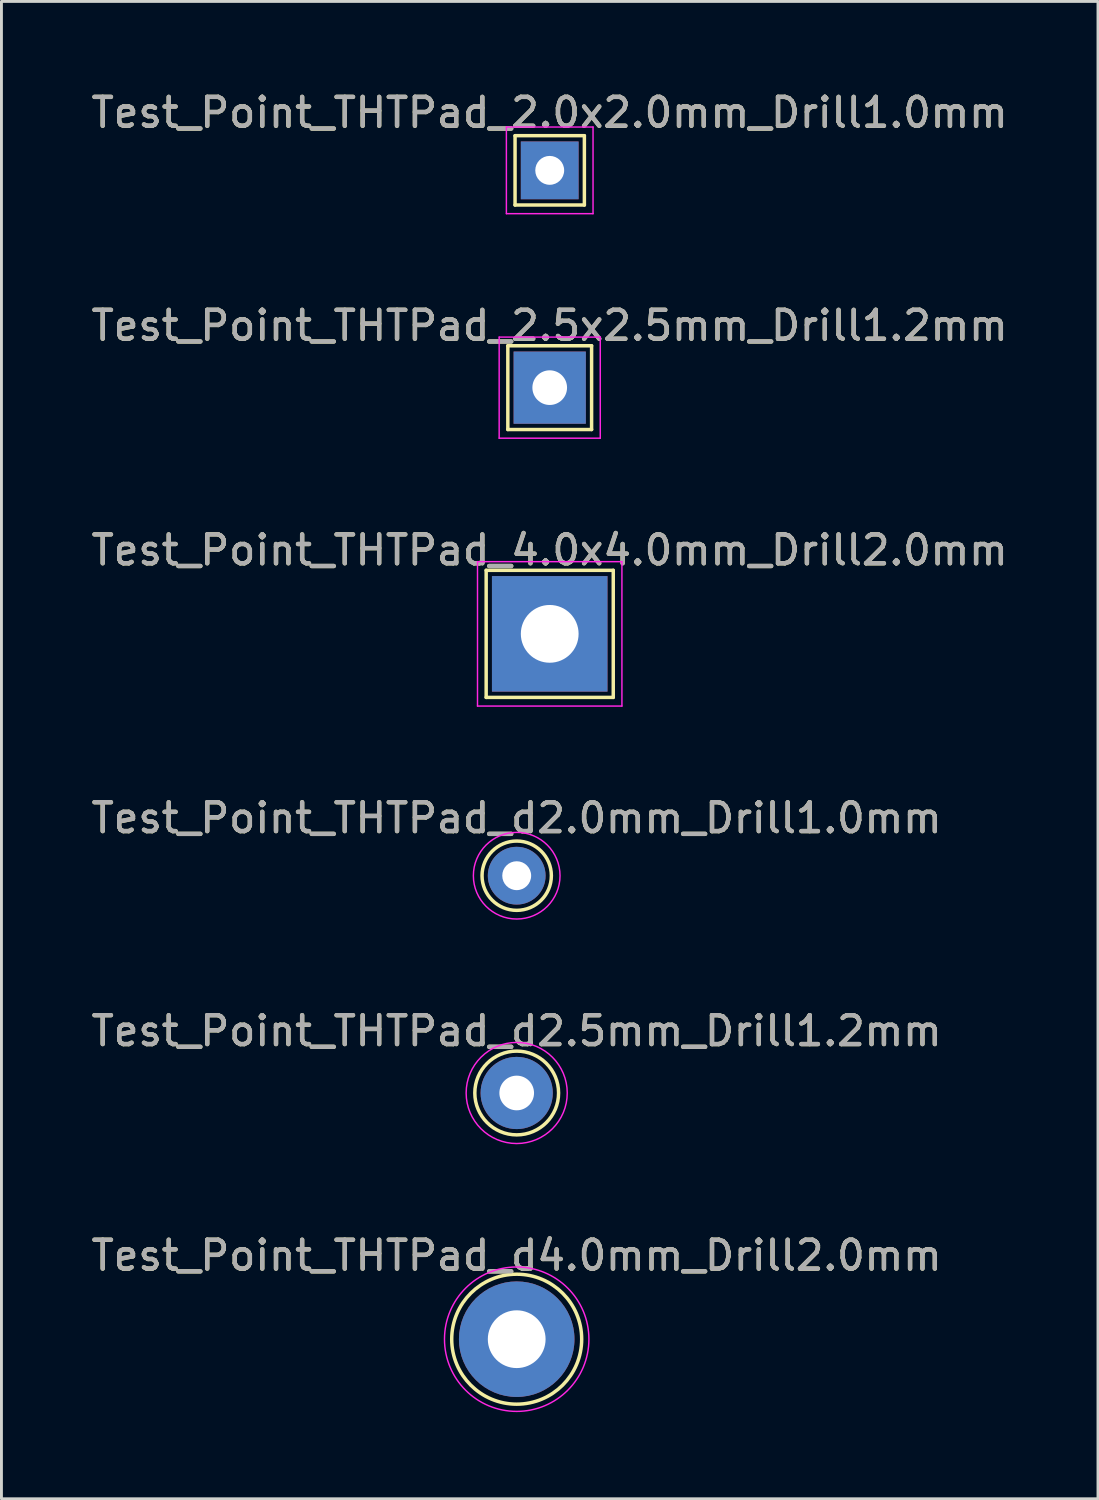
<source format=kicad_pcb>
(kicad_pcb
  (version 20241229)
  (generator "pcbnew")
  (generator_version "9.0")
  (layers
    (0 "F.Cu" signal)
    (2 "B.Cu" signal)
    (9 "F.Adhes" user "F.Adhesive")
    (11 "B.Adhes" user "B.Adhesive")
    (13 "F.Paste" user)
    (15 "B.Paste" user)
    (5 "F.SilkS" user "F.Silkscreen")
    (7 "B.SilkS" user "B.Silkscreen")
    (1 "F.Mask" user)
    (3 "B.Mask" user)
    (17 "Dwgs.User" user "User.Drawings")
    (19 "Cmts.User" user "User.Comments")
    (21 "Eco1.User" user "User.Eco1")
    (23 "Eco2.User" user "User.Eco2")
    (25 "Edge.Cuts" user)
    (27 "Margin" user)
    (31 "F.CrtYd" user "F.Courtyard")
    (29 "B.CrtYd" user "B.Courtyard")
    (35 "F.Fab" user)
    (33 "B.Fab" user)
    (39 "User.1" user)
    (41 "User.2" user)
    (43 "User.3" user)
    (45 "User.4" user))
  (footprint "Test_Point_THTPad_d2.5mm_Drill1.2mm"
    (layer "F.Cu")
    (at 14.839 34.791)
    (property "Reference" "Test_Point_THTPad_d2.5mm_Drill1.2mm" (at 0 -2.148 0) (layer "F.SilkS") (effects (font (size 1 1) (thickness 0.15))))
    (attr exclude_from_pos_files exclude_from_bom)
    (fp_circle (center 0 0) (end 0 1.45) (stroke (width 0.12) (type solid)) (fill no) (layer "F.SilkS"))
    (fp_circle (center 0 0) (end 1.75 0) (stroke (width 0.05) (type solid)) (fill no) (layer "F.CrtYd"))
    (fp_text user "${REFERENCE}" (at 0 -2.15 0) (layer "F.Fab") (effects (font (size 1 1) (thickness 0.15))))
    (pad "" np_thru_hole circle (at 0 0) (size 2.5 2.5) (drill 1.2) (layers "*.Cu" "*.Mask")))
  (footprint "Test_Point_THTPad_d4.0mm_Drill2.0mm"
    (layer "F.Cu")
    (at 14.839 43.315)
    (property "Reference" "Test_Point_THTPad_d4.0mm_Drill2.0mm" (at 0 -2.898 0) (layer "F.SilkS") (effects (font (size 1 1) (thickness 0.15))))
    (attr exclude_from_pos_files exclude_from_bom)
    (fp_circle (center 0 0) (end 0 2.25) (stroke (width 0.12) (type solid)) (fill no) (layer "F.SilkS"))
    (fp_circle (center 0 0) (end 2.5 0) (stroke (width 0.05) (type solid)) (fill no) (layer "F.CrtYd"))
    (fp_text user "${REFERENCE}" (at 0 -2.9 0) (layer "F.Fab") (effects (font (size 1 1) (thickness 0.15))))
    (pad "" np_thru_hole circle (at 0 0) (size 4 4) (drill 2) (layers "*.Cu" "*.Mask")))
  (footprint "Test_Point_THTPad_4.0x4.0mm_Drill2.0mm"
    (layer "F.Cu")
    (at 15.982 18.895)
    (property "Reference" "Test_Point_THTPad_4.0x4.0mm_Drill2.0mm" (at 0 -2.898 0) (layer "F.SilkS") (effects (font (size 1 1) (thickness 0.15))))
    (attr exclude_from_pos_files exclude_from_bom)
    (fp_line (start -2.2 -2.2) (end 2.2 -2.2) (stroke (width 0.12) (type solid)) (layer "F.SilkS"))
    (fp_line (start -2.2 2.2) (end -2.2 -2.2) (stroke (width 0.12) (type solid)) (layer "F.SilkS"))
    (fp_line (start 2.2 -2.2) (end 2.2 2.2) (stroke (width 0.12) (type solid)) (layer "F.SilkS"))
    (fp_line (start 2.2 2.2) (end -2.2 2.2) (stroke (width 0.12) (type solid)) (layer "F.SilkS"))
    (fp_line (start -2.5 -2.5) (end -2.5 2.5) (stroke (width 0.05) (type solid)) (layer "F.CrtYd"))
    (fp_line (start -2.5 -2.5) (end 2.5 -2.5) (stroke (width 0.05) (type solid)) (layer "F.CrtYd"))
    (fp_line (start 2.5 2.5) (end -2.5 2.5) (stroke (width 0.05) (type solid)) (layer "F.CrtYd"))
    (fp_line (start 2.5 2.5) (end 2.5 -2.5) (stroke (width 0.05) (type solid)) (layer "F.CrtYd"))
    (fp_text user "${REFERENCE}" (at 0 -2.9 0) (layer "F.Fab") (effects (font (size 1 1) (thickness 0.15))))
    (pad "" np_thru_hole rect (at 0 0) (size 4 4) (drill 2) (layers "*.Cu" "*.Mask")))
  (footprint "Test_Point_THTPad_2.0x2.0mm_Drill1.0mm"
    (layer "F.Cu")
    (at 15.982 2.848)
    (property "Reference" "Test_Point_THTPad_2.0x2.0mm_Drill1.0mm" (at 0 -1.998 0) (layer "F.SilkS") (effects (font (size 1 1) (thickness 0.15))))
    (attr exclude_from_pos_files exclude_from_bom)
    (fp_line (start -1.2 -1.2) (end 1.2 -1.2) (stroke (width 0.12) (type solid)) (layer "F.SilkS"))
    (fp_line (start -1.2 1.2) (end -1.2 -1.2) (stroke (width 0.12) (type solid)) (layer "F.SilkS"))
    (fp_line (start 1.2 -1.2) (end 1.2 1.2) (stroke (width 0.12) (type solid)) (layer "F.SilkS"))
    (fp_line (start 1.2 1.2) (end -1.2 1.2) (stroke (width 0.12) (type solid)) (layer "F.SilkS"))
    (fp_line (start -1.5 -1.5) (end -1.5 1.5) (stroke (width 0.05) (type solid)) (layer "F.CrtYd"))
    (fp_line (start -1.5 -1.5) (end 1.5 -1.5) (stroke (width 0.05) (type solid)) (layer "F.CrtYd"))
    (fp_line (start 1.5 1.5) (end -1.5 1.5) (stroke (width 0.05) (type solid)) (layer "F.CrtYd"))
    (fp_line (start 1.5 1.5) (end 1.5 -1.5) (stroke (width 0.05) (type solid)) (layer "F.CrtYd"))
    (fp_text user "${REFERENCE}" (at 0 -2 0) (layer "F.Fab") (effects (font (size 1 1) (thickness 0.15))))
    (pad "" np_thru_hole rect (at 0 0) (size 2 2) (drill 1) (layers "*.Cu" "*.Mask")))
  (footprint "Test_Point_THTPad_2.5x2.5mm_Drill1.2mm"
    (layer "F.Cu")
    (at 15.982 10.371)
    (property "Reference" "Test_Point_THTPad_2.5x2.5mm_Drill1.2mm" (at 0 -2.148 0) (layer "F.SilkS") (effects (font (size 1 1) (thickness 0.15))))
    (attr exclude_from_pos_files exclude_from_bom)
    (fp_line (start -1.45 -1.45) (end 1.45 -1.45) (stroke (width 0.12) (type solid)) (layer "F.SilkS"))
    (fp_line (start -1.45 1.45) (end -1.45 -1.45) (stroke (width 0.12) (type solid)) (layer "F.SilkS"))
    (fp_line (start 1.45 -1.45) (end 1.45 1.45) (stroke (width 0.12) (type solid)) (layer "F.SilkS"))
    (fp_line (start 1.45 1.45) (end -1.45 1.45) (stroke (width 0.12) (type solid)) (layer "F.SilkS"))
    (fp_line (start -1.75 -1.75) (end -1.75 1.75) (stroke (width 0.05) (type solid)) (layer "F.CrtYd"))
    (fp_line (start -1.75 -1.75) (end 1.75 -1.75) (stroke (width 0.05) (type solid)) (layer "F.CrtYd"))
    (fp_line (start 1.75 1.75) (end -1.75 1.75) (stroke (width 0.05) (type solid)) (layer "F.CrtYd"))
    (fp_line (start 1.75 1.75) (end 1.75 -1.75) (stroke (width 0.05) (type solid)) (layer "F.CrtYd"))
    (fp_text user "${REFERENCE}" (at 0 -2.15 0) (layer "F.Fab") (effects (font (size 1 1) (thickness 0.15))))
    (pad "" np_thru_hole rect (at 0 0) (size 2.5 2.5) (drill 1.2) (layers "*.Cu" "*.Mask")))
  (footprint "Test_Point_THTPad_d2.0mm_Drill1.0mm"
    (layer "F.Cu")
    (at 14.839 27.268)
    (property "Reference" "Test_Point_THTPad_d2.0mm_Drill1.0mm" (at 0 -1.998 0) (layer "F.SilkS") (effects (font (size 1 1) (thickness 0.15))))
    (attr exclude_from_pos_files exclude_from_bom)
    (fp_circle (center 0 0) (end 0 1.2) (stroke (width 0.12) (type solid)) (fill no) (layer "F.SilkS"))
    (fp_circle (center 0 0) (end 1.5 0) (stroke (width 0.05) (type solid)) (fill no) (layer "F.CrtYd"))
    (fp_text user "${REFERENCE}" (at 0 -2 0) (layer "F.Fab") (effects (font (size 1 1) (thickness 0.15))))
    (pad "" np_thru_hole circle (at 0 0) (size 2 2) (drill 1) (layers "*.Cu" "*.Mask")))
  (gr_rect
    (start -3 -3)
    (end 34.964 48.84)
    (stroke (width 0.1) (type default))
    (fill no)
    (layer "Edge.Cuts")))
</source>
